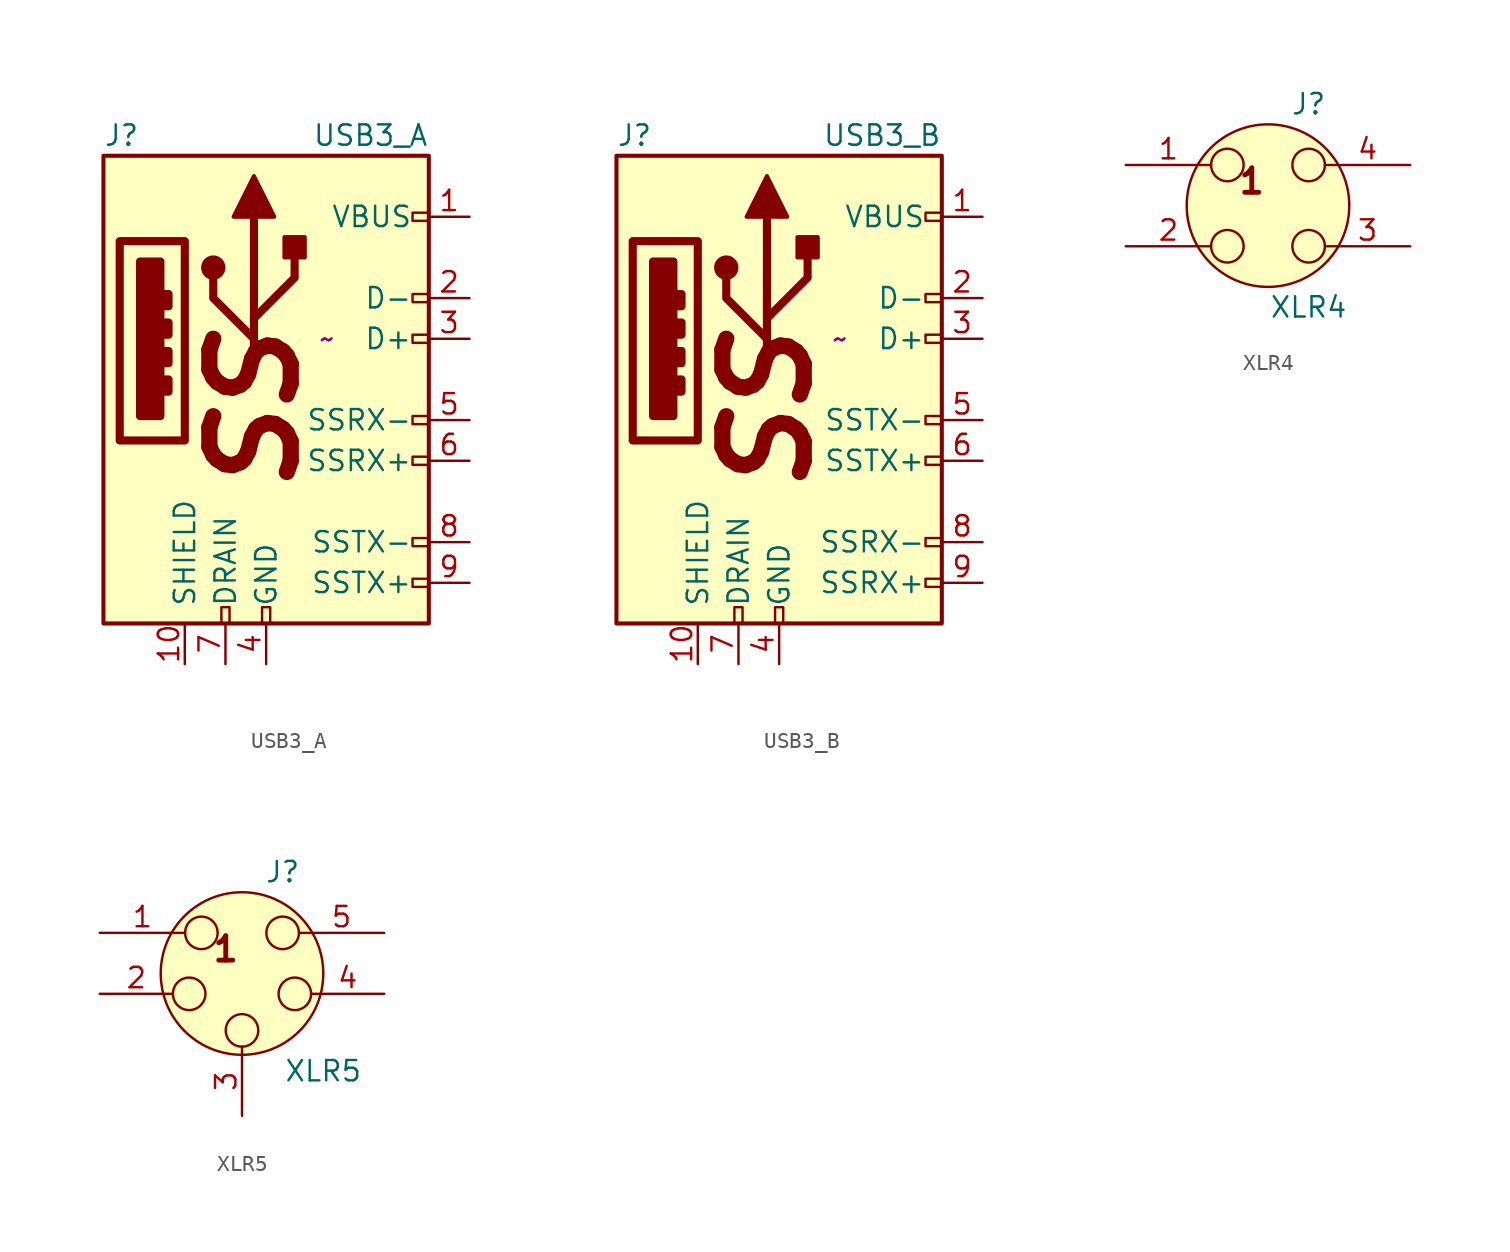
<source format=kicad_sym>
(kicad_symbol_lib
  (version 20211014)
  (generator kicad_symbol_editor)
  (symbol "USB3_A"
    (pin_names
      (offset 1.016))
    (property "Reference" "J"
      (at -10.16 15.24 0)
      (effects (font (size 1.27 1.27)) (justify left)))
    (property "Value" "USB3_A"
      (at 10.16 15.24 0)
      (effects (font (size 1.27 1.27)) (justify right)))
    (property "Footprint" ""
      (at 3.81 2.54 0)
      (effects (font (size 1.27 1.27))))
    (property "Datasheet" "~"
      (at 3.81 2.54 0)
      (effects (font (size 1.27 1.27))))
    (symbol "USB3_A_0_0"
      (rectangle (start -9.144 8.636) (end -5.08 -3.81) (stroke (width 0.508) (type default) (color 0 0 0 0)) (fill (type none)))
      (rectangle (start -7.874 7.366) (end -6.604 -2.286) (stroke (width 0.508) (type default) (color 0 0 0 0)) (fill (type outline)))
      (rectangle (start -6.35 0) (end -6.096 -0.762) (stroke (width 0.508) (type default) (color 0 0 0 0)) (fill (type none)))
      (rectangle (start -6.35 1.778) (end -6.096 1.016) (stroke (width 0.508) (type default) (color 0 0 0 0)) (fill (type none)))
      (rectangle (start -6.35 3.556) (end -6.096 2.794) (stroke (width 0.508) (type default) (color 0 0 0 0)) (fill (type none)))
      (rectangle (start -6.35 5.334) (end -6.096 4.572) (stroke (width 0.508) (type default) (color 0 0 0 0)) (fill (type none)))
      (rectangle (start -2.794 -15.24) (end -2.286 -14.224) (stroke (width 0) (type default) (color 0 0 0 0)) (fill (type none)))
      (rectangle (start -0.254 -15.24) (end 0.254 -14.224) (stroke (width 0) (type default) (color 0 0 0 0)) (fill (type none)))
      (rectangle (start 10.16 -12.446) (end 9.144 -12.954) (stroke (width 0) (type default) (color 0 0 0 0)) (fill (type none)))
      (rectangle (start 10.16 -9.906) (end 9.144 -10.414) (stroke (width 0) (type default) (color 0 0 0 0)) (fill (type none)))
      (rectangle (start 10.16 -4.826) (end 9.144 -5.334) (stroke (width 0) (type default) (color 0 0 0 0)) (fill (type none)))
      (rectangle (start 10.16 -2.286) (end 9.144 -2.794) (stroke (width 0) (type default) (color 0 0 0 0)) (fill (type none)))
      (rectangle (start 10.16 2.794) (end 9.144 2.286) (stroke (width 0) (type default) (color 0 0 0 0)) (fill (type none)))
      (rectangle (start 10.16 5.334) (end 9.144 4.826) (stroke (width 0) (type default) (color 0 0 0 0)) (fill (type none)))
      (rectangle (start 10.16 10.414) (end 9.144 9.906) (stroke (width 0) (type default) (color 0 0 0 0)) (fill (type none)))
      (text "SS" (at -0.762 -1.905 900) (effects (font (size 5.08 5.08) bold italic))))
    (symbol "USB3_A_0_1"
      (rectangle (start -10.16 13.97) (end 10.16 -15.24) (stroke (width 0.254) (type default) (color 0 0 0 0)) (fill (type background)))
      (circle (center -3.302 6.985) (radius 0.635) (stroke (width 0.254) (type default) (color 0 0 0 0)) (fill (type outline)))
      (polyline (pts (xy -0.762 1.27) (xy -0.762 10.16)) (stroke (width 0.508) (type default) (color 0 0 0 0)) (fill (type none)))
      (polyline (pts (xy -0.762 2.54) (xy -3.302 5.08) (xy -3.302 6.35)) (stroke (width 0.508) (type default) (color 0 0 0 0)) (fill (type none)))
      (polyline (pts (xy -0.762 3.81) (xy 1.778 6.35) (xy 1.778 7.62)) (stroke (width 0.508) (type default) (color 0 0 0 0)) (fill (type none)))
      (polyline (pts (xy -2.032 10.16) (xy -0.762 12.7) (xy 0.508 10.16) (xy -2.032 10.16)) (stroke (width 0.254) (type default) (color 0 0 0 0)) (fill (type outline)))
      (rectangle (start 1.143 7.62) (end 2.413 8.89) (stroke (width 0.254) (type default) (color 0 0 0 0)) (fill (type outline))))
    (symbol "USB3_A_1_1"
      (pin power_in line (at 12.7 10.16 180) (length 2.54) (name "VBUS" (effects (font (size 1.27 1.27)))) (number "1" (effects (font (size 1.27 1.27)))))
      (pin passive line (at -5.08 -17.78 90) (length 2.54) (name "SHIELD" (effects (font (size 1.27 1.27)))) (number "10" (effects (font (size 1.27 1.27)))))
      (pin bidirectional line (at 12.7 5.08 180) (length 2.54) (name "D-" (effects (font (size 1.27 1.27)))) (number "2" (effects (font (size 1.27 1.27)))))
      (pin bidirectional line (at 12.7 2.54 180) (length 2.54) (name "D+" (effects (font (size 1.27 1.27)))) (number "3" (effects (font (size 1.27 1.27)))))
      (pin power_in line (at 0 -17.78 90) (length 2.54) (name "GND" (effects (font (size 1.27 1.27)))) (number "4" (effects (font (size 1.27 1.27)))))
      (pin bidirectional line (at 12.7 -2.54 180) (length 2.54) (name "SSRX-" (effects (font (size 1.27 1.27)))) (number "5" (effects (font (size 1.27 1.27)))))
      (pin bidirectional line (at 12.7 -5.08 180) (length 2.54) (name "SSRX+" (effects (font (size 1.27 1.27)))) (number "6" (effects (font (size 1.27 1.27)))))
      (pin power_in line (at -2.54 -17.78 90) (length 2.54) (name "DRAIN" (effects (font (size 1.27 1.27)))) (number "7" (effects (font (size 1.27 1.27)))))
      (pin bidirectional line (at 12.7 -10.16 180) (length 2.54) (name "SSTX-" (effects (font (size 1.27 1.27)))) (number "8" (effects (font (size 1.27 1.27)))))
      (pin bidirectional line (at 12.7 -12.7 180) (length 2.54) (name "SSTX+" (effects (font (size 1.27 1.27)))) (number "9" (effects (font (size 1.27 1.27)))))))
  (symbol "USB3_B"
    (pin_names
      (offset 1.016))
    (property "Reference" "J"
      (at -10.16 15.24 0)
      (effects (font (size 1.27 1.27)) (justify left)))
    (property "Value" "USB3_B"
      (at 10.16 15.24 0)
      (effects (font (size 1.27 1.27)) (justify right)))
    (property "Footprint" ""
      (at 3.81 2.54 0)
      (effects (font (size 1.27 1.27))))
    (property "Datasheet" "~"
      (at 3.81 2.54 0)
      (effects (font (size 1.27 1.27))))
    (symbol "USB3_B_0_0"
      (rectangle (start -9.144 8.636) (end -5.08 -3.81) (stroke (width 0.508) (type default) (color 0 0 0 0)) (fill (type none)))
      (rectangle (start -7.874 7.366) (end -6.604 -2.286) (stroke (width 0.508) (type default) (color 0 0 0 0)) (fill (type outline)))
      (rectangle (start -6.35 0) (end -6.096 -0.762) (stroke (width 0.508) (type default) (color 0 0 0 0)) (fill (type none)))
      (rectangle (start -6.35 1.778) (end -6.096 1.016) (stroke (width 0.508) (type default) (color 0 0 0 0)) (fill (type none)))
      (rectangle (start -6.35 3.556) (end -6.096 2.794) (stroke (width 0.508) (type default) (color 0 0 0 0)) (fill (type none)))
      (rectangle (start -6.35 5.334) (end -6.096 4.572) (stroke (width 0.508) (type default) (color 0 0 0 0)) (fill (type none)))
      (rectangle (start -2.794 -15.24) (end -2.286 -14.224) (stroke (width 0) (type default) (color 0 0 0 0)) (fill (type none)))
      (rectangle (start -0.254 -15.24) (end 0.254 -14.224) (stroke (width 0) (type default) (color 0 0 0 0)) (fill (type none)))
      (rectangle (start 10.16 -12.446) (end 9.144 -12.954) (stroke (width 0) (type default) (color 0 0 0 0)) (fill (type none)))
      (rectangle (start 10.16 -9.906) (end 9.144 -10.414) (stroke (width 0) (type default) (color 0 0 0 0)) (fill (type none)))
      (rectangle (start 10.16 -4.826) (end 9.144 -5.334) (stroke (width 0) (type default) (color 0 0 0 0)) (fill (type none)))
      (rectangle (start 10.16 -2.286) (end 9.144 -2.794) (stroke (width 0) (type default) (color 0 0 0 0)) (fill (type none)))
      (rectangle (start 10.16 2.794) (end 9.144 2.286) (stroke (width 0) (type default) (color 0 0 0 0)) (fill (type none)))
      (rectangle (start 10.16 5.334) (end 9.144 4.826) (stroke (width 0) (type default) (color 0 0 0 0)) (fill (type none)))
      (rectangle (start 10.16 10.414) (end 9.144 9.906) (stroke (width 0) (type default) (color 0 0 0 0)) (fill (type none)))
      (text "SS" (at -0.762 -1.905 900) (effects (font (size 5.08 5.08) bold italic))))
    (symbol "USB3_B_0_1"
      (rectangle (start -10.16 13.97) (end 10.16 -15.24) (stroke (width 0.254) (type default) (color 0 0 0 0)) (fill (type background)))
      (circle (center -3.302 6.985) (radius 0.635) (stroke (width 0.254) (type default) (color 0 0 0 0)) (fill (type outline)))
      (polyline (pts (xy -0.762 1.27) (xy -0.762 10.16)) (stroke (width 0.508) (type default) (color 0 0 0 0)) (fill (type none)))
      (polyline (pts (xy -0.762 2.54) (xy -3.302 5.08) (xy -3.302 6.35)) (stroke (width 0.508) (type default) (color 0 0 0 0)) (fill (type none)))
      (polyline (pts (xy -0.762 3.81) (xy 1.778 6.35) (xy 1.778 7.62)) (stroke (width 0.508) (type default) (color 0 0 0 0)) (fill (type none)))
      (polyline (pts (xy -2.032 10.16) (xy -0.762 12.7) (xy 0.508 10.16) (xy -2.032 10.16)) (stroke (width 0.254) (type default) (color 0 0 0 0)) (fill (type outline)))
      (rectangle (start 1.143 7.62) (end 2.413 8.89) (stroke (width 0.254) (type default) (color 0 0 0 0)) (fill (type outline))))
    (symbol "USB3_B_1_1"
      (pin power_in line (at 12.7 10.16 180) (length 2.54) (name "VBUS" (effects (font (size 1.27 1.27)))) (number "1" (effects (font (size 1.27 1.27)))))
      (pin passive line (at -5.08 -17.78 90) (length 2.54) (name "SHIELD" (effects (font (size 1.27 1.27)))) (number "10" (effects (font (size 1.27 1.27)))))
      (pin bidirectional line (at 12.7 5.08 180) (length 2.54) (name "D-" (effects (font (size 1.27 1.27)))) (number "2" (effects (font (size 1.27 1.27)))))
      (pin bidirectional line (at 12.7 2.54 180) (length 2.54) (name "D+" (effects (font (size 1.27 1.27)))) (number "3" (effects (font (size 1.27 1.27)))))
      (pin power_in line (at 0 -17.78 90) (length 2.54) (name "GND" (effects (font (size 1.27 1.27)))) (number "4" (effects (font (size 1.27 1.27)))))
      (pin bidirectional line (at 12.7 -2.54 180) (length 2.54) (name "SSTX-" (effects (font (size 1.27 1.27)))) (number "5" (effects (font (size 1.27 1.27)))))
      (pin bidirectional line (at 12.7 -5.08 180) (length 2.54) (name "SSTX+" (effects (font (size 1.27 1.27)))) (number "6" (effects (font (size 1.27 1.27)))))
      (pin power_in line (at -2.54 -17.78 90) (length 2.54) (name "DRAIN" (effects (font (size 1.27 1.27)))) (number "7" (effects (font (size 1.27 1.27)))))
      (pin bidirectional line (at 12.7 -10.16 180) (length 2.54) (name "SSRX-" (effects (font (size 1.27 1.27)))) (number "8" (effects (font (size 1.27 1.27)))))
      (pin bidirectional line (at 12.7 -12.7 180) (length 2.54) (name "SSRX+" (effects (font (size 1.27 1.27)))) (number "9" (effects (font (size 1.27 1.27)))))))
  (symbol "XLR4"
    (pin_names
      (offset 0.762) hide)
    (property "Reference" "J"
      (at 2.54 6.35 0)
      (effects (font (size 1.27 1.27))))
    (property "Value" "XLR4"
      (at 2.54 -6.35 0)
      (effects (font (size 1.27 1.27))))
    (symbol "XLR4_0_1"
      (circle (center -2.54 -2.54) (radius 1.016) (stroke (width 0) (type default) (color 0 0 0 0)) (fill (type none)))
      (circle (center -2.54 2.54) (radius 1.016) (stroke (width 0) (type default) (color 0 0 0 0)) (fill (type none)))
      (circle (center 0 0) (radius 5.08) (stroke (width 0) (type default) (color 0 0 0 0)) (fill (type background)))
      (circle (center 2.54 -2.54) (radius 1.016) (stroke (width 0) (type default) (color 0 0 0 0)) (fill (type none)))
      (circle (center 2.54 2.54) (radius 1.016) (stroke (width 0) (type default) (color 0 0 0 0)) (fill (type none)))
      (text "1" (at -1.016 1.524 0) (effects (font (size 1.524 1.524) bold))))
    (symbol "XLR4_1_1"
      (pin passive line (at -8.89 2.54 0) (length 5.334) (name "~" (effects (font (size 1.27 1.27)))) (number "1" (effects (font (size 1.27 1.27)))))
      (pin passive line (at -8.89 -2.54 0) (length 5.334) (name "~" (effects (font (size 1.27 1.27)))) (number "2" (effects (font (size 1.27 1.27)))))
      (pin passive line (at 8.89 -2.54 180) (length 5.334) (name "~" (effects (font (size 1.27 1.27)))) (number "3" (effects (font (size 1.27 1.27)))))
      (pin passive line (at 8.89 2.54 180) (length 5.334) (name "~" (effects (font (size 1.27 1.27)))) (number "4" (effects (font (size 1.27 1.27)))))))
  (symbol "XLR5"
    (pin_names
      (offset 0.762) hide)
    (property "Reference" "J"
      (at 2.54 6.35 0)
      (effects (font (size 1.27 1.27))))
    (property "Value" "XLR5"
      (at 5.08 -6.096 0)
      (effects (font (size 1.27 1.27))))
    (symbol "XLR5_0_1"
      (circle (center -3.302 -1.27) (radius 1.016) (stroke (width 0) (type default) (color 0 0 0 0)) (fill (type none)))
      (circle (center -2.54 2.54) (radius 1.016) (stroke (width 0) (type default) (color 0 0 0 0)) (fill (type none)))
      (circle (center 0 -3.556) (radius 1.016) (stroke (width 0) (type default) (color 0 0 0 0)) (fill (type none)))
      (circle (center 0 0) (radius 5.08) (stroke (width 0) (type default) (color 0 0 0 0)) (fill (type background)))
      (circle (center 2.54 2.54) (radius 1.016) (stroke (width 0) (type default) (color 0 0 0 0)) (fill (type none)))
      (circle (center 3.302 -1.27) (radius 1.016) (stroke (width 0) (type default) (color 0 0 0 0)) (fill (type none)))
      (text "1" (at -1.016 1.524 0) (effects (font (size 1.524 1.524) bold))))
    (symbol "XLR5_1_1"
      (pin passive line (at -8.89 2.54 0) (length 5.334) (name "P1" (effects (font (size 1.27 1.27)))) (number "1" (effects (font (size 1.27 1.27)))))
      (pin passive line (at -8.89 -1.27 0) (length 4.572) (name "P2" (effects (font (size 1.27 1.27)))) (number "2" (effects (font (size 1.27 1.27)))))
      (pin passive line (at 0 -8.89 90) (length 4.318) (name "P3" (effects (font (size 1.27 1.27)))) (number "3" (effects (font (size 1.27 1.27)))))
      (pin passive line (at 8.89 -1.27 180) (length 4.572) (name "P3" (effects (font (size 1.27 1.27)))) (number "4" (effects (font (size 1.27 1.27)))))
      (pin passive line (at 8.89 2.54 180) (length 5.334) (name "P5" (effects (font (size 1.27 1.27)))) (number "5" (effects (font (size 1.27 1.27))))))))
</source>
